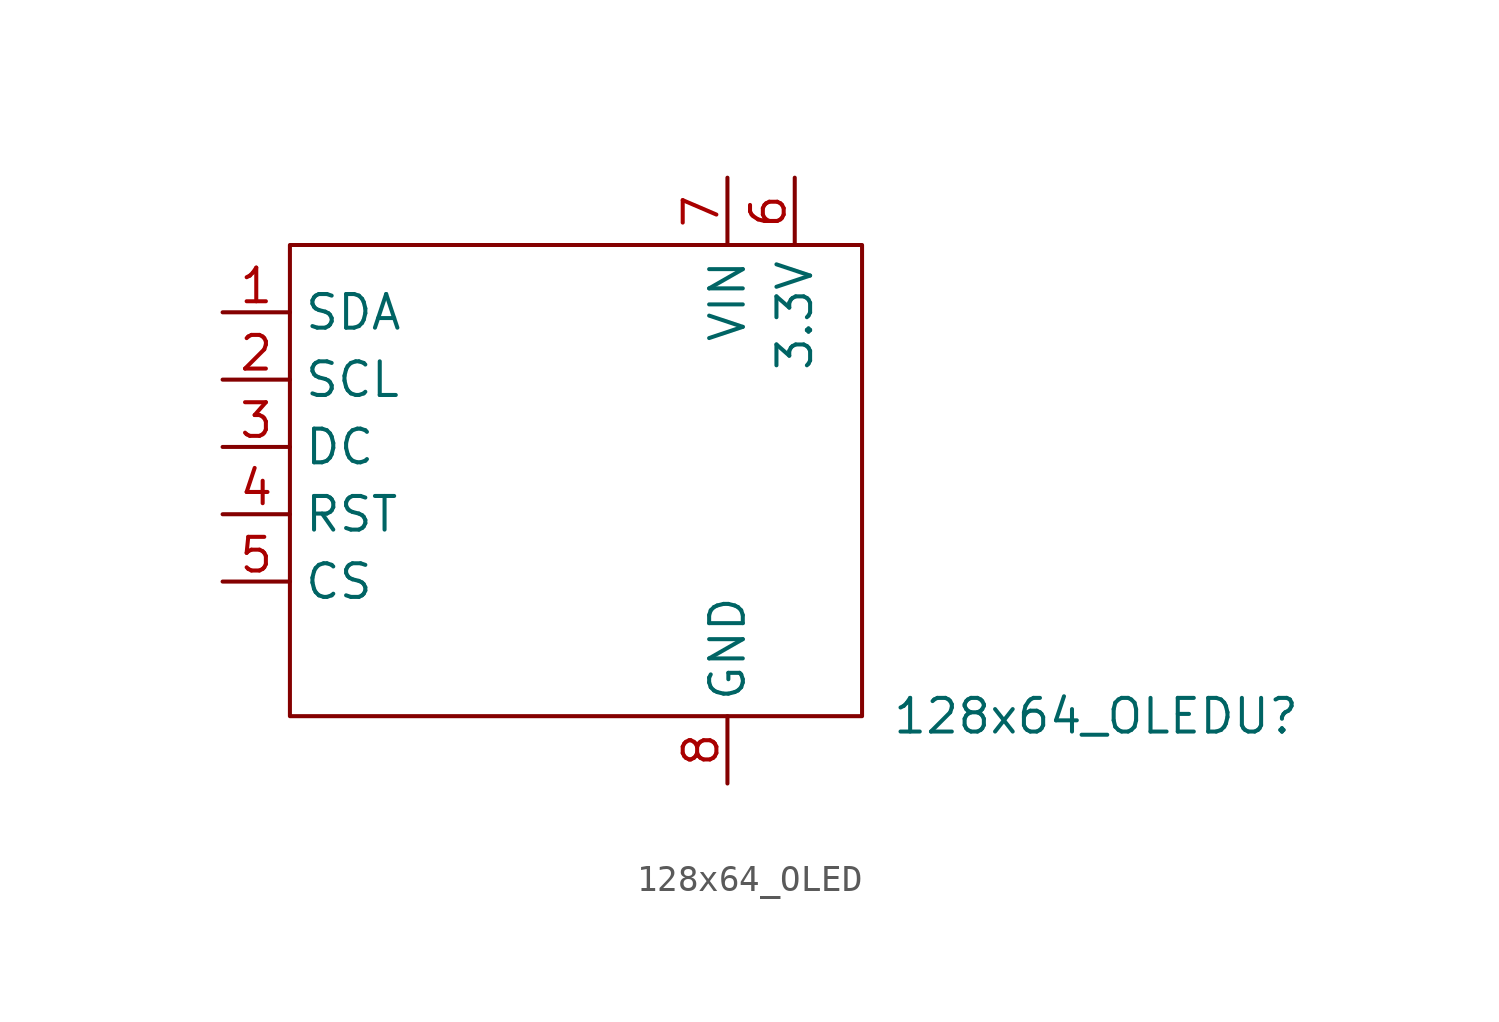
<source format=kicad_sym>
(kicad_symbol_lib
  (version 20211014)
  (generator kicad_symbol_editor)
  (symbol "128x64_OLED"
    (property "Reference" "U"
      (at 12.7 1.27 0)
      (effects (font (size 1.27 1.27))))
    (property "Value" "128x64_OLED"
      (at 5.08 1.27 0)
      (effects (font (size 1.27 1.27))))
    (symbol "128x64_OLED_0_1"
      (rectangle (start -24.13 19.05) (end -2.54 1.27) (stroke (width 0) (type default) (color 0 0 0 0)) (fill (type none))))
    (symbol "128x64_OLED_1_1"
      (pin input line (at -26.67 16.51 0) (length 2.54) (name "SDA" (effects (font (size 1.27 1.27)))) (number "1" (effects (font (size 1.27 1.27)))))
      (pin input line (at -26.67 13.97 0) (length 2.54) (name "SCL" (effects (font (size 1.27 1.27)))) (number "2" (effects (font (size 1.27 1.27)))))
      (pin input line (at -26.67 11.43 0) (length 2.54) (name "DC" (effects (font (size 1.27 1.27)))) (number "3" (effects (font (size 1.27 1.27)))))
      (pin input line (at -26.67 8.89 0) (length 2.54) (name "RST" (effects (font (size 1.27 1.27)))) (number "4" (effects (font (size 1.27 1.27)))))
      (pin input line (at -26.67 6.35 0) (length 2.54) (name "CS" (effects (font (size 1.27 1.27)))) (number "5" (effects (font (size 1.27 1.27)))))
      (pin power_in line (at -5.08 21.59 270) (length 2.54) (name "3.3V" (effects (font (size 1.27 1.27)))) (number "6" (effects (font (size 1.27 1.27)))))
      (pin power_in line (at -7.62 21.59 270) (length 2.54) (name "VIN" (effects (font (size 1.27 1.27)))) (number "7" (effects (font (size 1.27 1.27)))))
      (pin power_in line (at -7.62 -1.27 90) (length 2.54) (name "GND" (effects (font (size 1.27 1.27)))) (number "8" (effects (font (size 1.27 1.27))))))))
</source>
